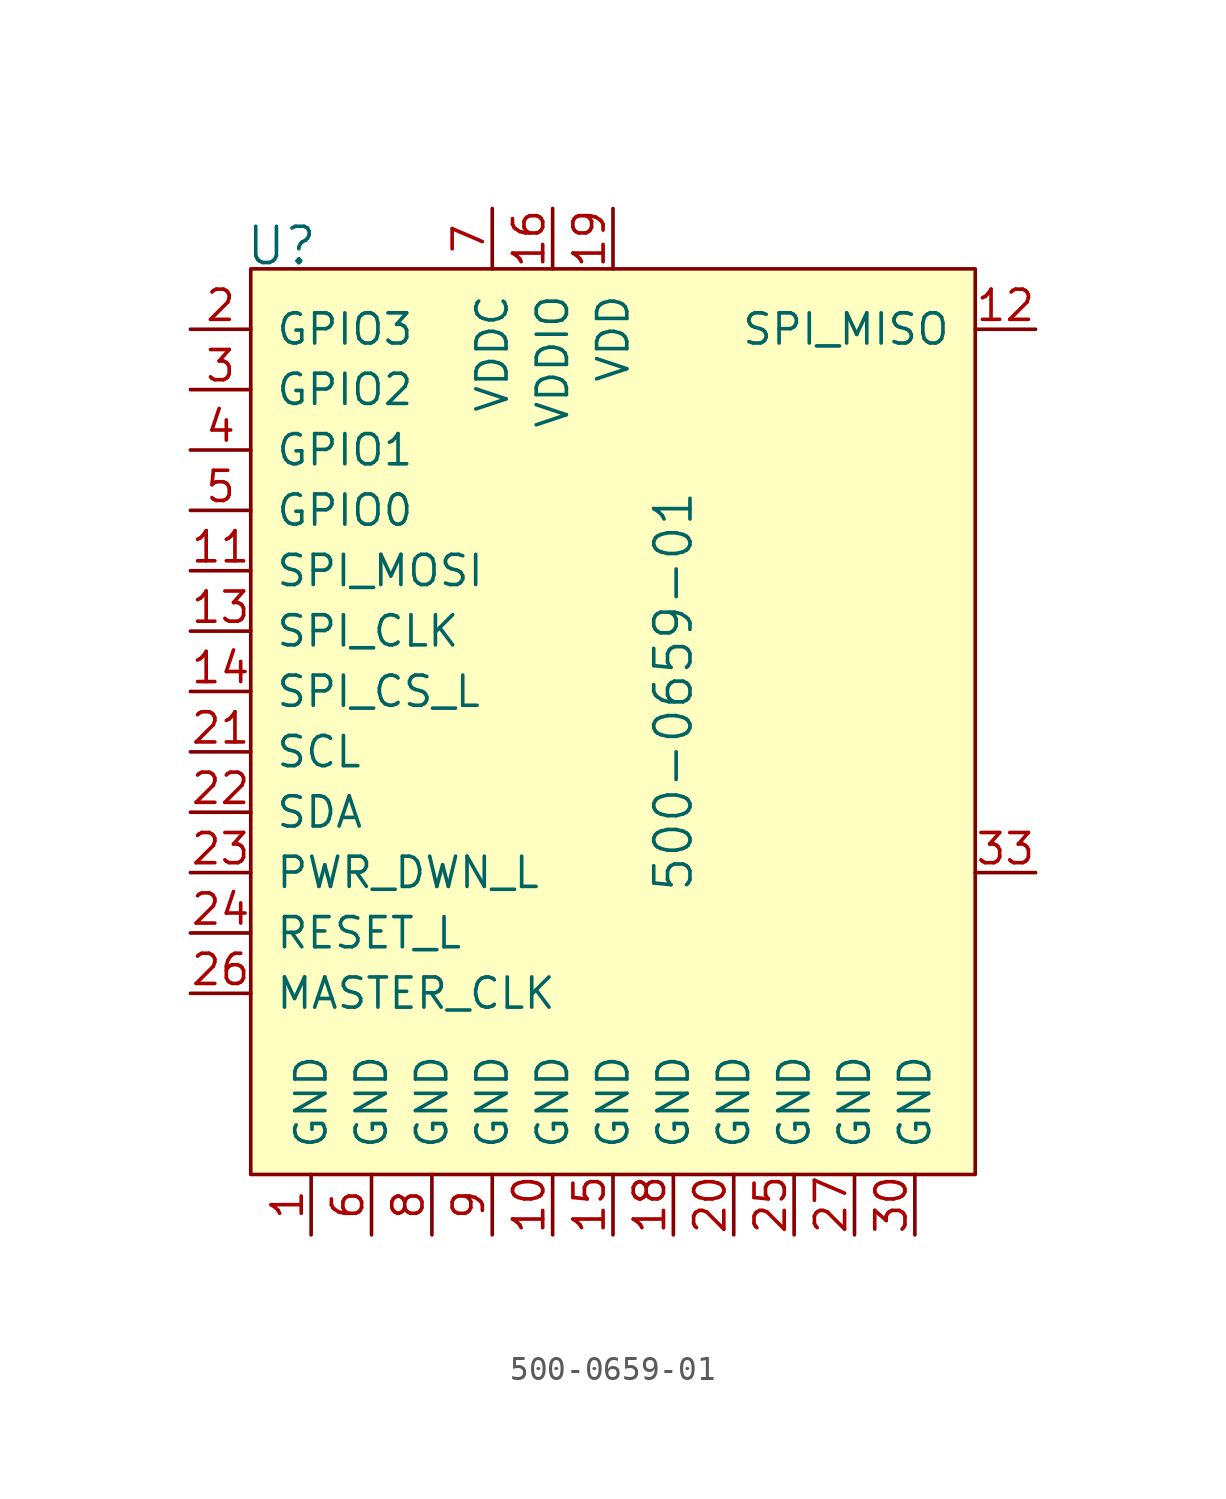
<source format=kicad_sym>
(kicad_symbol_lib
  (version 20220914)
  (generator kicad_symbol_editor)
  (symbol "500-0659-01"
    (pin_names
      (offset 1.016))
    (property "Reference" "U"
      (at -12.954 13.665 0)
      (effects (font (size 1.524 1.524)) (justify left)))
    (property "Value" "500-0659-01"
      (at 5.08 -5.08 90)
      (effects (font (size 1.524 1.524))))
    (symbol "500-0659-01_0_1"
      (rectangle (start -12.7 12.7) (end 17.78 -25.4) (stroke (width 0) (type solid)) (fill (type background))))
    (symbol "500-0659-01_1_1"
      (pin power_in line (at -10.16 -27.94 90) (length 2.54) (name "GND" (effects (font (size 1.27 1.27)))) (number "1" (effects (font (size 1.27 1.27)))))
      (pin power_in line (at 0 -27.94 90) (length 2.54) (name "GND" (effects (font (size 1.27 1.27)))) (number "10" (effects (font (size 1.27 1.27)))))
      (pin input line (at -15.24 0 0) (length 2.54) (name "SPI_MOSI" (effects (font (size 1.27 1.27)))) (number "11" (effects (font (size 1.27 1.27)))))
      (pin output line (at 20.32 10.16 180) (length 2.54) (name "SPI_MISO" (effects (font (size 1.27 1.27)))) (number "12" (effects (font (size 1.27 1.27)))))
      (pin input line (at -15.24 -2.54 0) (length 2.54) (name "SPI_CLK" (effects (font (size 1.27 1.27)))) (number "13" (effects (font (size 1.27 1.27)))))
      (pin input line (at -15.24 -5.08 0) (length 2.54) (name "SPI_CS_L" (effects (font (size 1.27 1.27)))) (number "14" (effects (font (size 1.27 1.27)))))
      (pin power_in line (at 2.54 -27.94 90) (length 2.54) (name "GND" (effects (font (size 1.27 1.27)))) (number "15" (effects (font (size 1.27 1.27)))))
      (pin power_in line (at 0 15.24 270) (length 2.54) (name "VDDIO" (effects (font (size 1.27 1.27)))) (number "16" (effects (font (size 1.27 1.27)))))
      (pin no_connect line (at 17.78 -7.62 180) (length 2.54) hide (name "NC" (effects (font (size 1.27 1.27)))) (number "17" (effects (font (size 1.27 1.27)))))
      (pin power_in line (at 5.08 -27.94 90) (length 2.54) (name "GND" (effects (font (size 1.27 1.27)))) (number "18" (effects (font (size 1.27 1.27)))))
      (pin power_in line (at 2.54 15.24 270) (length 2.54) (name "VDD" (effects (font (size 1.27 1.27)))) (number "19" (effects (font (size 1.27 1.27)))))
      (pin bidirectional line (at -15.24 10.16 0) (length 2.54) (name "GPIO3" (effects (font (size 1.27 1.27)))) (number "2" (effects (font (size 1.27 1.27)))))
      (pin power_in line (at 7.62 -27.94 90) (length 2.54) (name "GND" (effects (font (size 1.27 1.27)))) (number "20" (effects (font (size 1.27 1.27)))))
      (pin input line (at -15.24 -7.62 0) (length 2.54) (name "SCL" (effects (font (size 1.27 1.27)))) (number "21" (effects (font (size 1.27 1.27)))))
      (pin bidirectional line (at -15.24 -10.16 0) (length 2.54) (name "SDA" (effects (font (size 1.27 1.27)))) (number "22" (effects (font (size 1.27 1.27)))))
      (pin input line (at -15.24 -12.7 0) (length 2.54) (name "PWR_DWN_L" (effects (font (size 1.27 1.27)))) (number "23" (effects (font (size 1.27 1.27)))))
      (pin input line (at -15.24 -15.24 0) (length 2.54) (name "RESET_L" (effects (font (size 1.27 1.27)))) (number "24" (effects (font (size 1.27 1.27)))))
      (pin power_in line (at 10.16 -27.94 90) (length 2.54) (name "GND" (effects (font (size 1.27 1.27)))) (number "25" (effects (font (size 1.27 1.27)))))
      (pin input line (at -15.24 -17.78 0) (length 2.54) (name "MASTER_CLK" (effects (font (size 1.27 1.27)))) (number "26" (effects (font (size 1.27 1.27)))))
      (pin power_in line (at 12.7 -27.94 90) (length 2.54) (name "GND" (effects (font (size 1.27 1.27)))) (number "27" (effects (font (size 1.27 1.27)))))
      (pin no_connect line (at 17.78 5.08 180) (length 2.54) hide (name "RES" (effects (font (size 1.27 1.27)))) (number "28" (effects (font (size 1.27 1.27)))))
      (pin no_connect line (at 17.78 2.54 180) (length 2.54) hide (name "RES" (effects (font (size 1.27 1.27)))) (number "29" (effects (font (size 1.27 1.27)))))
      (pin bidirectional line (at -15.24 7.62 0) (length 2.54) (name "GPIO2" (effects (font (size 1.27 1.27)))) (number "3" (effects (font (size 1.27 1.27)))))
      (pin power_in line (at 15.24 -27.94 90) (length 2.54) (name "GND" (effects (font (size 1.27 1.27)))) (number "30" (effects (font (size 1.27 1.27)))))
      (pin no_connect line (at 17.78 0 180) (length 2.54) hide (name "RES" (effects (font (size 1.27 1.27)))) (number "31" (effects (font (size 1.27 1.27)))))
      (pin no_connect line (at 17.78 -2.54 180) (length 2.54) hide (name "RES" (effects (font (size 1.27 1.27)))) (number "32" (effects (font (size 1.27 1.27)))))
      (pin unspecified line (at 20.32 -12.7 180) (length 2.54) (name "~" (effects (font (size 1.27 1.27)))) (number "33" (effects (font (size 1.27 1.27)))))
      (pin bidirectional line (at -15.24 5.08 0) (length 2.54) (name "GPIO1" (effects (font (size 1.27 1.27)))) (number "4" (effects (font (size 1.27 1.27)))))
      (pin bidirectional line (at -15.24 2.54 0) (length 2.54) (name "GPIO0" (effects (font (size 1.27 1.27)))) (number "5" (effects (font (size 1.27 1.27)))))
      (pin power_in line (at -7.62 -27.94 90) (length 2.54) (name "GND" (effects (font (size 1.27 1.27)))) (number "6" (effects (font (size 1.27 1.27)))))
      (pin power_in line (at -2.54 15.24 270) (length 2.54) (name "VDDC" (effects (font (size 1.27 1.27)))) (number "7" (effects (font (size 1.27 1.27)))))
      (pin power_in line (at -5.08 -27.94 90) (length 2.54) (name "GND" (effects (font (size 1.27 1.27)))) (number "8" (effects (font (size 1.27 1.27)))))
      (pin power_in line (at -2.54 -27.94 90) (length 2.54) (name "GND" (effects (font (size 1.27 1.27)))) (number "9" (effects (font (size 1.27 1.27))))))))
</source>
